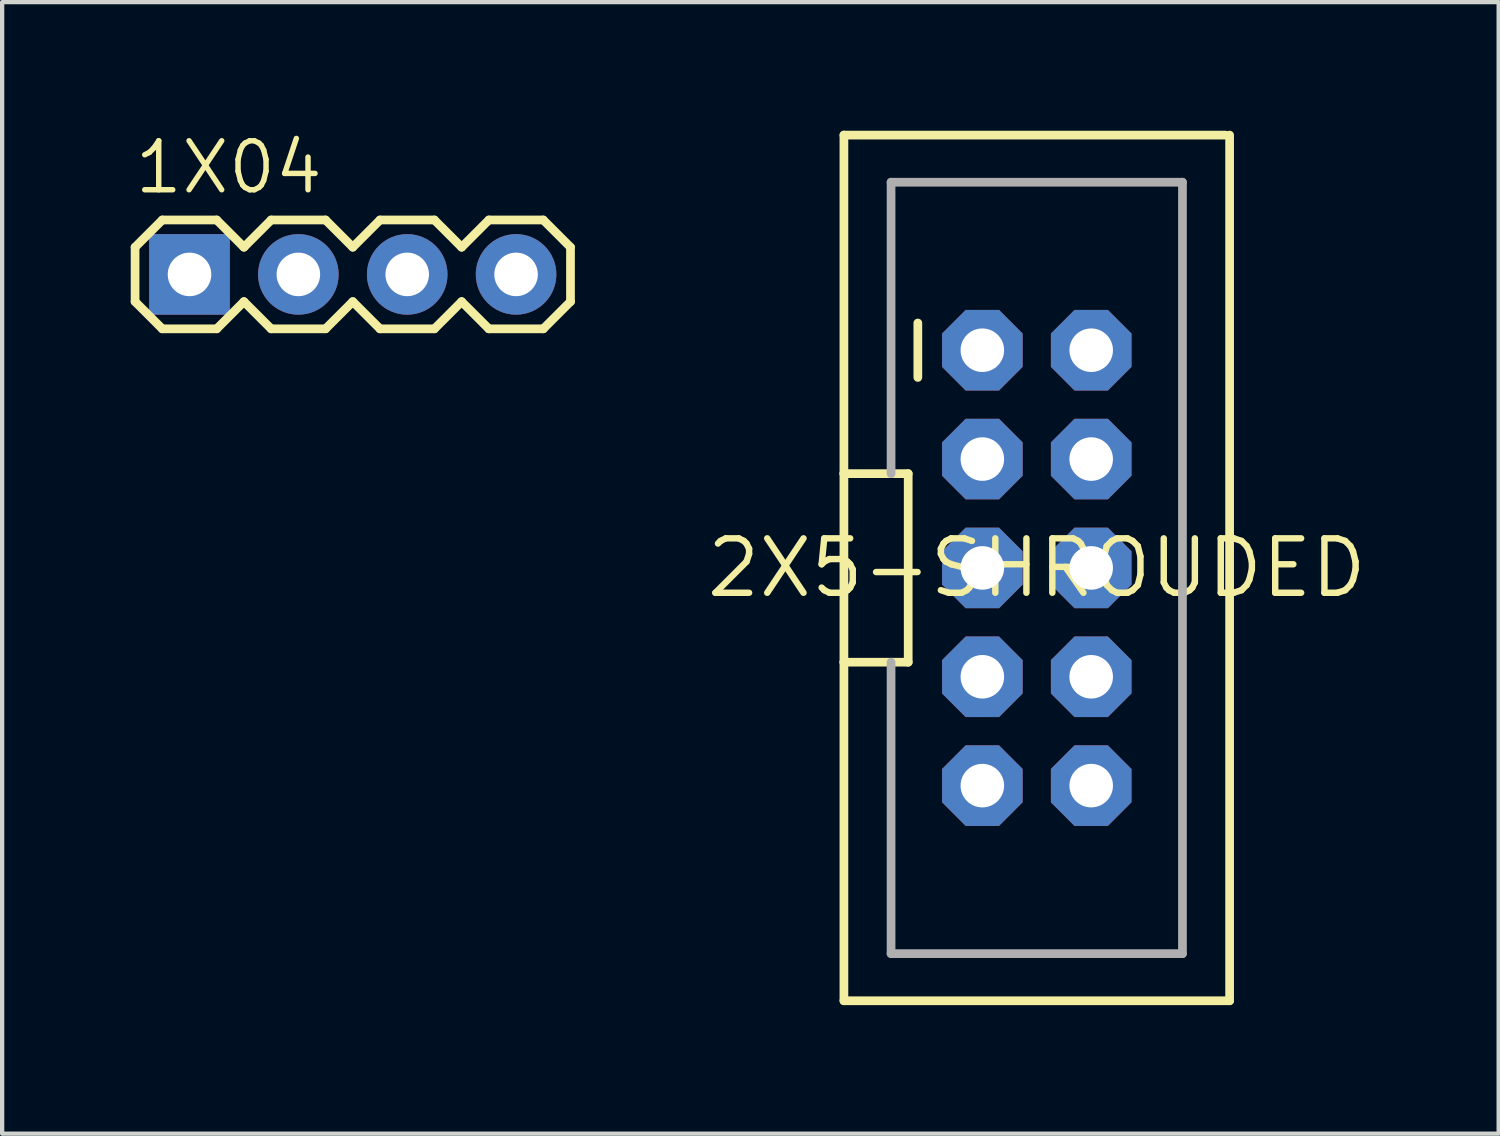
<source format=kicad_pcb>
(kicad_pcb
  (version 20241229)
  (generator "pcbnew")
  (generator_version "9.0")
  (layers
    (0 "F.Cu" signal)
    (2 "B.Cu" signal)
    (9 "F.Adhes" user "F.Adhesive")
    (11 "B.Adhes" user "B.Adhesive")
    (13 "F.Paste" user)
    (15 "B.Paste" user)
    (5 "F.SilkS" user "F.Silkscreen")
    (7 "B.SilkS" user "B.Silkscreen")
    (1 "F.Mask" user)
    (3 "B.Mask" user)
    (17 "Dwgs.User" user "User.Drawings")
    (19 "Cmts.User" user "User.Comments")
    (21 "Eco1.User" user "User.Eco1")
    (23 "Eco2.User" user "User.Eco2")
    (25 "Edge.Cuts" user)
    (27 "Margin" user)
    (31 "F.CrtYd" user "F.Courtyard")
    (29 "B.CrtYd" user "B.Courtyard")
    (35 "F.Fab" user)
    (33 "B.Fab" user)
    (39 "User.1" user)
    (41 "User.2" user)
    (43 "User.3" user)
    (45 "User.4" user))
  (footprint "1X04"
    (layer "F.Cu")
    (at 1.372 3.353)
    (property "Reference" "1X04" (at -1.346 -1.829 0) (layer "F.SilkS") (effects (font (size 1.143 1.143) (thickness 0.127)) (justify left bottom)))
    (fp_line (start -1.27 -0.635) (end -1.27 0.635) (stroke (width 0.203) (type solid)) (layer "F.SilkS"))
    (fp_line (start -1.27 0.635) (end -0.635 1.27) (stroke (width 0.203) (type solid)) (layer "F.SilkS"))
    (fp_line (start -0.635 -1.27) (end -1.27 -0.635) (stroke (width 0.203) (type solid)) (layer "F.SilkS"))
    (fp_line (start -0.635 -1.27) (end 0.635 -1.27) (stroke (width 0.203) (type solid)) (layer "F.SilkS"))
    (fp_line (start 0.635 -1.27) (end 1.27 -0.635) (stroke (width 0.203) (type solid)) (layer "F.SilkS"))
    (fp_line (start 0.635 1.27) (end -0.635 1.27) (stroke (width 0.203) (type solid)) (layer "F.SilkS"))
    (fp_line (start 1.27 -0.635) (end 1.905 -1.27) (stroke (width 0.203) (type solid)) (layer "F.SilkS"))
    (fp_line (start 1.27 0.635) (end 0.635 1.27) (stroke (width 0.203) (type solid)) (layer "F.SilkS"))
    (fp_line (start 1.905 -1.27) (end 3.175 -1.27) (stroke (width 0.203) (type solid)) (layer "F.SilkS"))
    (fp_line (start 1.905 1.27) (end 1.27 0.635) (stroke (width 0.203) (type solid)) (layer "F.SilkS"))
    (fp_line (start 3.175 -1.27) (end 3.81 -0.635) (stroke (width 0.203) (type solid)) (layer "F.SilkS"))
    (fp_line (start 3.175 1.27) (end 1.905 1.27) (stroke (width 0.203) (type solid)) (layer "F.SilkS"))
    (fp_line (start 3.81 -0.635) (end 4.445 -1.27) (stroke (width 0.203) (type solid)) (layer "F.SilkS"))
    (fp_line (start 3.81 0.635) (end 3.175 1.27) (stroke (width 0.203) (type solid)) (layer "F.SilkS"))
    (fp_line (start 4.445 -1.27) (end 5.715 -1.27) (stroke (width 0.203) (type solid)) (layer "F.SilkS"))
    (fp_line (start 4.445 1.27) (end 3.81 0.635) (stroke (width 0.203) (type solid)) (layer "F.SilkS"))
    (fp_line (start 5.715 -1.27) (end 6.35 -0.635) (stroke (width 0.203) (type solid)) (layer "F.SilkS"))
    (fp_line (start 5.715 1.27) (end 4.445 1.27) (stroke (width 0.203) (type solid)) (layer "F.SilkS"))
    (fp_line (start 6.35 0.635) (end 5.715 1.27) (stroke (width 0.203) (type solid)) (layer "F.SilkS"))
    (fp_line (start 6.35 0.635) (end 6.985 1.27) (stroke (width 0.203) (type solid)) (layer "F.SilkS"))
    (fp_line (start 6.985 -1.27) (end 6.35 -0.635) (stroke (width 0.203) (type solid)) (layer "F.SilkS"))
    (fp_line (start 6.985 -1.27) (end 8.255 -1.27) (stroke (width 0.203) (type solid)) (layer "F.SilkS"))
    (fp_line (start 8.255 -1.27) (end 8.89 -0.635) (stroke (width 0.203) (type solid)) (layer "F.SilkS"))
    (fp_line (start 8.255 1.27) (end 6.985 1.27) (stroke (width 0.203) (type solid)) (layer "F.SilkS"))
    (fp_line (start 8.89 -0.635) (end 8.89 0.635) (stroke (width 0.203) (type solid)) (layer "F.SilkS"))
    (fp_line (start 8.89 0.635) (end 8.255 1.27) (stroke (width 0.203) (type solid)) (layer "F.SilkS"))
    (fp_poly (pts (xy -0.254 0.254) (xy 0.254 0.254) (xy 0.254 -0.254) (xy -0.254 -0.254)) (stroke (width 0.1) (type default)) (fill no) (layer "F.Fab"))
    (fp_poly (pts (xy 2.286 0.254) (xy 2.794 0.254) (xy 2.794 -0.254) (xy 2.286 -0.254)) (stroke (width 0.1) (type default)) (fill no) (layer "F.Fab"))
    (fp_poly (pts (xy 4.826 0.254) (xy 5.334 0.254) (xy 5.334 -0.254) (xy 4.826 -0.254)) (stroke (width 0.1) (type default)) (fill no) (layer "F.Fab"))
    (fp_poly (pts (xy 7.366 0.254) (xy 7.874 0.254) (xy 7.874 -0.254) (xy 7.366 -0.254)) (stroke (width 0.1) (type default)) (fill no) (layer "F.Fab"))
    (pad "1" thru_hole rect (at 0 0 90) (size 1.88 1.88) (drill 1.016) (layers "*.Cu" "*.Mask"))
    (pad "2" thru_hole circle (at 2.54 0 90) (size 1.88 1.88) (drill 1.016) (layers "*.Cu" "*.Mask"))
    (pad "3" thru_hole circle (at 5.08 0 90) (size 1.88 1.88) (drill 1.016) (layers "*.Cu" "*.Mask"))
    (pad "4" thru_hole circle (at 7.62 0 90) (size 1.88 1.88) (drill 1.016) (layers "*.Cu" "*.Mask")))
  (footprint "2X5-SHROUDED"
    (layer "F.Cu")
    (at 21.142 10.202)
    (property "Reference" "2X5-SHROUDED" (at 0 0 0) (layer "F.SilkS") (effects (font (size 1.27 1.27) (thickness 0.15))))
    (fp_line (start -4.5 -10.1) (end 4.4 -10.1) (stroke (width 0.203) (type solid)) (layer "F.SilkS"))
    (fp_line (start -4.5 -2.2) (end -4.5 -10.1) (stroke (width 0.203) (type solid)) (layer "F.SilkS"))
    (fp_line (start -4.5 -2.2) (end -3 -2.2) (stroke (width 0.203) (type solid)) (layer "F.SilkS"))
    (fp_line (start -4.5 2.2) (end -4.5 -2.2) (stroke (width 0.203) (type solid)) (layer "F.SilkS"))
    (fp_line (start -4.5 10.1) (end -4.5 2.2) (stroke (width 0.203) (type solid)) (layer "F.SilkS"))
    (fp_line (start -3 -2.2) (end -3 2.2) (stroke (width 0.203) (type solid)) (layer "F.SilkS"))
    (fp_line (start -3 2.2) (end -4.5 2.2) (stroke (width 0.203) (type solid)) (layer "F.SilkS"))
    (fp_line (start -2.775 -5.715) (end -2.775 -4.445) (stroke (width 0.203) (type solid)) (layer "F.SilkS"))
    (fp_line (start 4.5 -10.1) (end 4.5 10.1) (stroke (width 0.203) (type solid)) (layer "F.SilkS"))
    (fp_line (start 4.5 10.1) (end -4.5 10.1) (stroke (width 0.203) (type solid)) (layer "F.SilkS"))
    (fp_line (start -3.4 -9) (end -3.4 -2.2) (stroke (width 0.203) (type solid)) (layer "F.Fab"))
    (fp_line (start -3.4 -9) (end 3.4 -9) (stroke (width 0.203) (type solid)) (layer "F.Fab"))
    (fp_line (start -3.4 9) (end -3.4 2.2) (stroke (width 0.203) (type solid)) (layer "F.Fab"))
    (fp_line (start -3.4 9) (end 3.4 9) (stroke (width 0.203) (type solid)) (layer "F.Fab"))
    (fp_line (start 3.4 -9) (end 3.4 9) (stroke (width 0.203) (type solid)) (layer "F.Fab"))
    (fp_poly (pts (xy -1.524 -4.826) (xy -1.016 -4.826) (xy -1.016 -5.334) (xy -1.524 -5.334)) (stroke (width 0.1) (type default)) (fill no) (layer "F.Fab"))
    (fp_poly (pts (xy -1.524 -2.286) (xy -1.016 -2.286) (xy -1.016 -2.794) (xy -1.524 -2.794)) (stroke (width 0.1) (type default)) (fill no) (layer "F.Fab"))
    (fp_poly (pts (xy -1.524 0.254) (xy -1.016 0.254) (xy -1.016 -0.254) (xy -1.524 -0.254)) (stroke (width 0.1) (type default)) (fill no) (layer "F.Fab"))
    (fp_poly (pts (xy -1.524 2.794) (xy -1.016 2.794) (xy -1.016 2.286) (xy -1.524 2.286)) (stroke (width 0.1) (type default)) (fill no) (layer "F.Fab"))
    (fp_poly (pts (xy -1.524 2.794) (xy -1.016 2.794) (xy -1.016 2.286) (xy -1.524 2.286)) (stroke (width 0.1) (type default)) (fill no) (layer "F.Fab"))
    (fp_poly (pts (xy -1.524 5.334) (xy -1.016 5.334) (xy -1.016 4.826) (xy -1.524 4.826)) (stroke (width 0.1) (type default)) (fill no) (layer "F.Fab"))
    (fp_poly (pts (xy 1.016 -4.826) (xy 1.524 -4.826) (xy 1.524 -5.334) (xy 1.016 -5.334)) (stroke (width 0.1) (type default)) (fill no) (layer "F.Fab"))
    (fp_poly (pts (xy 1.016 -2.286) (xy 1.524 -2.286) (xy 1.524 -2.794) (xy 1.016 -2.794)) (stroke (width 0.1) (type default)) (fill no) (layer "F.Fab"))
    (fp_poly (pts (xy 1.016 0.254) (xy 1.524 0.254) (xy 1.524 -0.254) (xy 1.016 -0.254)) (stroke (width 0.1) (type default)) (fill no) (layer "F.Fab"))
    (fp_poly (pts (xy 1.016 2.794) (xy 1.524 2.794) (xy 1.524 2.286) (xy 1.016 2.286)) (stroke (width 0.1) (type default)) (fill no) (layer "F.Fab"))
    (fp_poly (pts (xy 1.016 2.794) (xy 1.524 2.794) (xy 1.524 2.286) (xy 1.016 2.286)) (stroke (width 0.1) (type default)) (fill no) (layer "F.Fab"))
    (fp_poly (pts (xy 1.016 5.334) (xy 1.524 5.334) (xy 1.524 4.826) (xy 1.016 4.826)) (stroke (width 0.1) (type default)) (fill no) (layer "F.Fab"))
    (pad "1" thru_hole roundrect (at -1.27 -5.08 270) (size 1.88 1.88) (drill 1.016) (layers "*.Cu" "*.Mask") (roundrect_rratio 0.25) (chamfer_ratio 0.293) (chamfer top_left top_right bottom_left bottom_right))
    (pad "2" thru_hole roundrect (at 1.27 -5.08 270) (size 1.88 1.88) (drill 1.016) (layers "*.Cu" "*.Mask") (roundrect_rratio 0.25) (chamfer_ratio 0.293) (chamfer top_left top_right bottom_left bottom_right))
    (pad "3" thru_hole roundrect (at -1.27 -2.54 270) (size 1.88 1.88) (drill 1.016) (layers "*.Cu" "*.Mask") (roundrect_rratio 0.25) (chamfer_ratio 0.293) (chamfer top_left top_right bottom_left bottom_right))
    (pad "4" thru_hole roundrect (at 1.27 -2.54 270) (size 1.88 1.88) (drill 1.016) (layers "*.Cu" "*.Mask") (roundrect_rratio 0.25) (chamfer_ratio 0.293) (chamfer top_left top_right bottom_left bottom_right))
    (pad "5" thru_hole roundrect (at -1.27 0 270) (size 1.88 1.88) (drill 1.016) (layers "*.Cu" "*.Mask") (roundrect_rratio 0.25) (chamfer_ratio 0.293) (chamfer top_left top_right bottom_left bottom_right))
    (pad "6" thru_hole roundrect (at 1.27 0 270) (size 1.88 1.88) (drill 1.016) (layers "*.Cu" "*.Mask") (roundrect_rratio 0.25) (chamfer_ratio 0.293) (chamfer top_left top_right bottom_left bottom_right))
    (pad "7" thru_hole roundrect (at -1.27 2.54 270) (size 1.88 1.88) (drill 1.016) (layers "*.Cu" "*.Mask") (roundrect_rratio 0.25) (chamfer_ratio 0.293) (chamfer top_left top_right bottom_left bottom_right))
    (pad "8" thru_hole roundrect (at 1.27 2.54 270) (size 1.88 1.88) (drill 1.016) (layers "*.Cu" "*.Mask") (roundrect_rratio 0.25) (chamfer_ratio 0.293) (chamfer top_left top_right bottom_left bottom_right))
    (pad "9" thru_hole roundrect (at -1.27 5.08 270) (size 1.88 1.88) (drill 1.016) (layers "*.Cu" "*.Mask") (roundrect_rratio 0.25) (chamfer_ratio 0.293) (chamfer top_left top_right bottom_left bottom_right))
    (pad "10" thru_hole roundrect (at 1.27 5.08 270) (size 1.88 1.88) (drill 1.016) (layers "*.Cu" "*.Mask") (roundrect_rratio 0.25) (chamfer_ratio 0.293) (chamfer top_left top_right bottom_left bottom_right)))
  (gr_rect
    (start -3 -3)
    (end 31.92 23.403)
    (stroke (width 0.1) (type default))
    (fill no)
    (layer "Edge.Cuts")))
</source>
